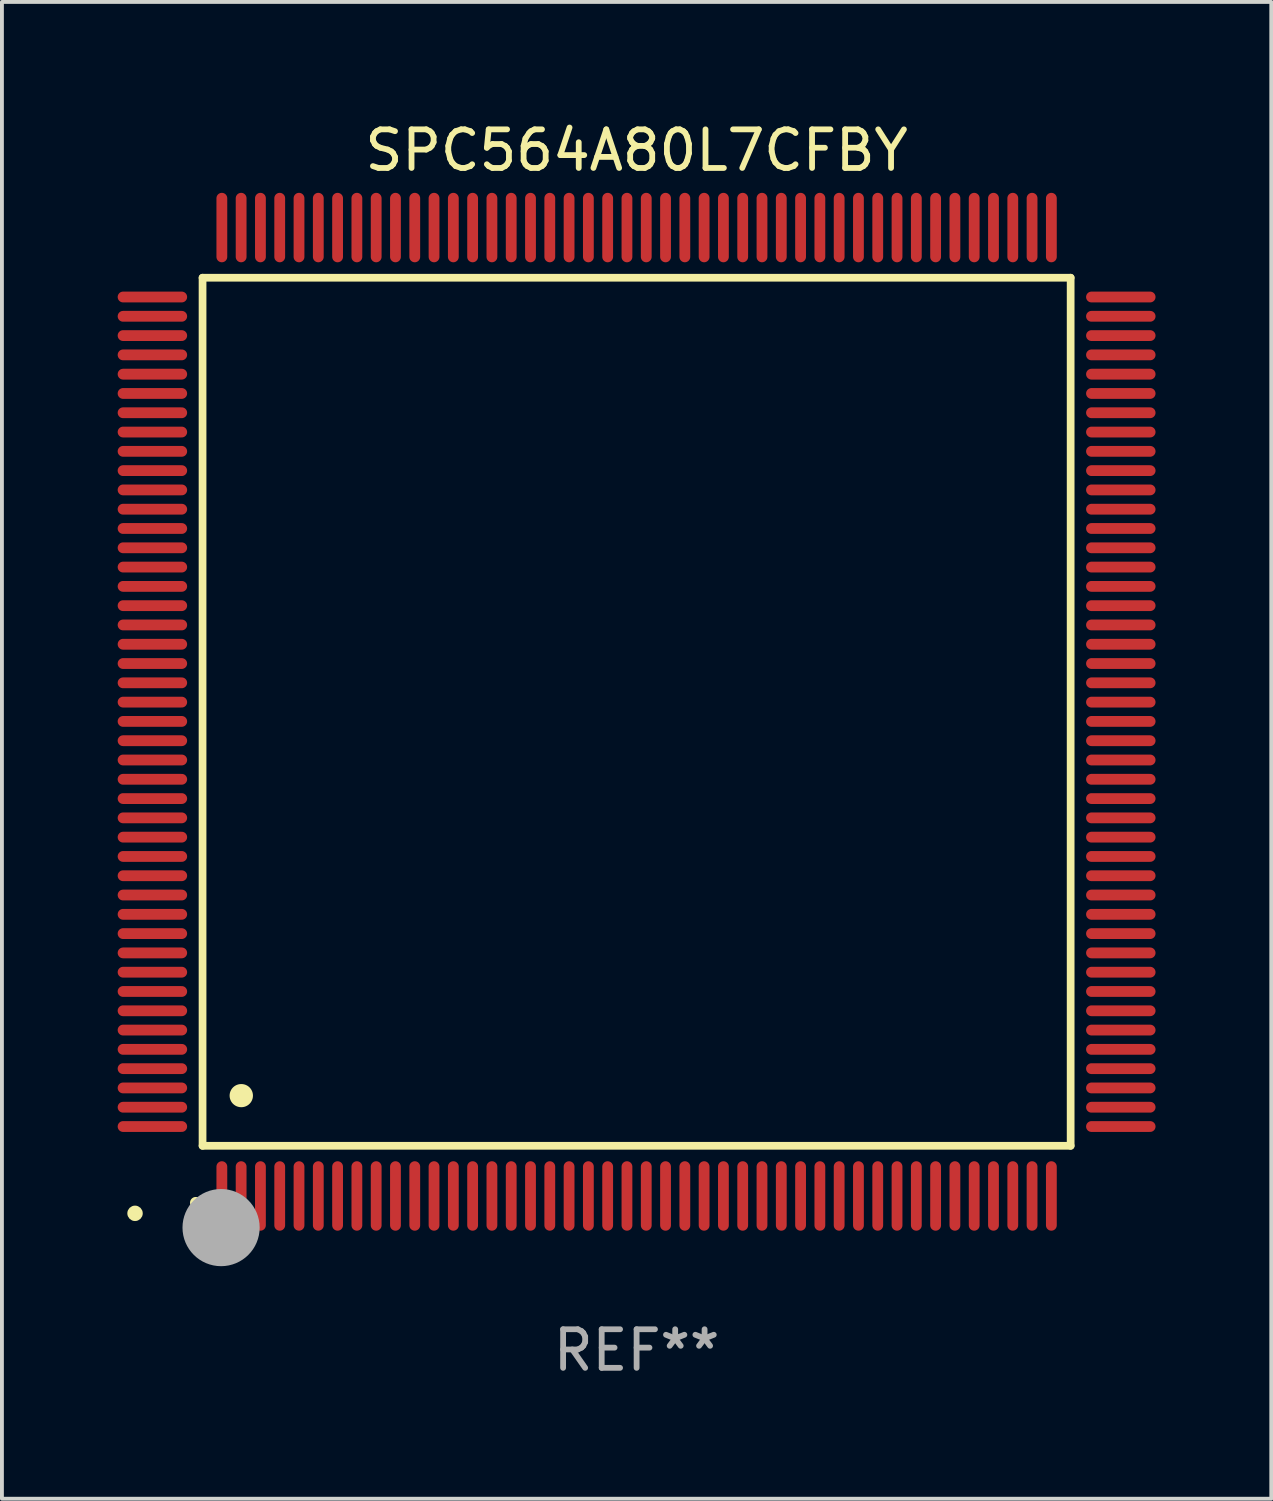
<source format=kicad_pcb>
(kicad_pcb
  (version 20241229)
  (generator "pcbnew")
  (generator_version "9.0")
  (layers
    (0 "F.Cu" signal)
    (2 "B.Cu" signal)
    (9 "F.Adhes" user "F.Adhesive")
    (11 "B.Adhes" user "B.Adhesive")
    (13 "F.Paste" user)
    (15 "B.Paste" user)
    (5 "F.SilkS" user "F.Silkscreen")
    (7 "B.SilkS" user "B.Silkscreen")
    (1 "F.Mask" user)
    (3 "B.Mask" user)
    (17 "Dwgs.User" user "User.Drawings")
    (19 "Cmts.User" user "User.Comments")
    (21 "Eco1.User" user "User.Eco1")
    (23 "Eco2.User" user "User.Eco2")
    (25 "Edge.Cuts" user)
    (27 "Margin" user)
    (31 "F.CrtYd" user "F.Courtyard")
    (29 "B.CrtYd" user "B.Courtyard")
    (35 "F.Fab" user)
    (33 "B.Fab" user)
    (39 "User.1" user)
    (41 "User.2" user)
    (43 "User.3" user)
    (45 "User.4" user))
  (footprint "SPC564A80L7CFBY"
    (layer "F.Cu")
    (at 13.45 15.398)
    (property "Reference" "SPC564A80L7CFBY" (at 0 -14.55 0) (layer "F.SilkS") (effects (font (size 1 1) (thickness 0.15))))
    (attr through_hole)
    (fp_line (start -11.25 -11.25) (end 11.25 -11.25) (stroke (width 0.2) (type solid)) (layer "F.SilkS"))
    (fp_line (start -11.25 11.25) (end -11.25 -11.25) (stroke (width 0.2) (type solid)) (layer "F.SilkS"))
    (fp_line (start 11.25 -11.25) (end 11.25 11.25) (stroke (width 0.2) (type solid)) (layer "F.SilkS"))
    (fp_line (start 11.25 11.25) (end -11.25 11.25) (stroke (width 0.2) (type solid)) (layer "F.SilkS"))
    (fp_arc (start -11.424943 12.725425) (mid -11.423673 12.72542) (end -11.422403 12.725425) (stroke (width 0.3) (type solid)) (layer "F.SilkS"))
    (fp_arc (start -10.24892 9.9492) (mid -10.24638 9.949189) (end -10.24384 9.9492) (stroke (width 0.6) (type solid)) (layer "F.SilkS"))
    (fp_circle (center -13 13) (end -12.9 13) (stroke (width 0.2) (type solid)) (fill no) (layer "F.SilkS"))
    (fp_circle (center -10.77 13.37) (end -10.27 13.37) (stroke (width 1) (type solid)) (fill no) (layer "F.Fab"))
    (fp_text user "REF**" (at 0 16.55 0) (layer "F.Fab") (effects (font (size 1 1) (thickness 0.15))))
    (pad "1" smd oval (at -10.75 12.55) (size 0.28 1.8) (layers "F.Cu" "F.Mask" "F.Paste"))
    (pad "2" smd oval (at -10.25 12.55) (size 0.28 1.8) (layers "F.Cu" "F.Mask" "F.Paste"))
    (pad "3" smd oval (at -9.75 12.55) (size 0.28 1.8) (layers "F.Cu" "F.Mask" "F.Paste"))
    (pad "4" smd oval (at -9.25 12.55) (size 0.28 1.8) (layers "F.Cu" "F.Mask" "F.Paste"))
    (pad "5" smd oval (at -8.75 12.55) (size 0.28 1.8) (layers "F.Cu" "F.Mask" "F.Paste"))
    (pad "6" smd oval (at -8.25 12.55) (size 0.28 1.8) (layers "F.Cu" "F.Mask" "F.Paste"))
    (pad "7" smd oval (at -7.75 12.55) (size 0.28 1.8) (layers "F.Cu" "F.Mask" "F.Paste"))
    (pad "8" smd oval (at -7.25 12.55) (size 0.28 1.8) (layers "F.Cu" "F.Mask" "F.Paste"))
    (pad "9" smd oval (at -6.75 12.55) (size 0.28 1.8) (layers "F.Cu" "F.Mask" "F.Paste"))
    (pad "10" smd oval (at -6.25 12.55) (size 0.28 1.8) (layers "F.Cu" "F.Mask" "F.Paste"))
    (pad "11" smd oval (at -5.75 12.55) (size 0.28 1.8) (layers "F.Cu" "F.Mask" "F.Paste"))
    (pad "12" smd oval (at -5.25 12.55) (size 0.28 1.8) (layers "F.Cu" "F.Mask" "F.Paste"))
    (pad "13" smd oval (at -4.75 12.55) (size 0.28 1.8) (layers "F.Cu" "F.Mask" "F.Paste"))
    (pad "14" smd oval (at -4.25 12.55) (size 0.28 1.8) (layers "F.Cu" "F.Mask" "F.Paste"))
    (pad "15" smd oval (at -3.75 12.55) (size 0.28 1.8) (layers "F.Cu" "F.Mask" "F.Paste"))
    (pad "16" smd oval (at -3.25 12.55) (size 0.28 1.8) (layers "F.Cu" "F.Mask" "F.Paste"))
    (pad "17" smd oval (at -2.75 12.55) (size 0.28 1.8) (layers "F.Cu" "F.Mask" "F.Paste"))
    (pad "18" smd oval (at -2.25 12.55) (size 0.28 1.8) (layers "F.Cu" "F.Mask" "F.Paste"))
    (pad "19" smd oval (at -1.75 12.55) (size 0.28 1.8) (layers "F.Cu" "F.Mask" "F.Paste"))
    (pad "20" smd oval (at -1.25 12.55) (size 0.28 1.8) (layers "F.Cu" "F.Mask" "F.Paste"))
    (pad "21" smd oval (at -0.75 12.55) (size 0.28 1.8) (layers "F.Cu" "F.Mask" "F.Paste"))
    (pad "22" smd oval (at -0.25 12.55) (size 0.28 1.8) (layers "F.Cu" "F.Mask" "F.Paste"))
    (pad "23" smd oval (at 0.25 12.55) (size 0.28 1.8) (layers "F.Cu" "F.Mask" "F.Paste"))
    (pad "24" smd oval (at 0.75 12.55) (size 0.28 1.8) (layers "F.Cu" "F.Mask" "F.Paste"))
    (pad "25" smd oval (at 1.25 12.55) (size 0.28 1.8) (layers "F.Cu" "F.Mask" "F.Paste"))
    (pad "26" smd oval (at 1.75 12.55) (size 0.28 1.8) (layers "F.Cu" "F.Mask" "F.Paste"))
    (pad "27" smd oval (at 2.25 12.55) (size 0.28 1.8) (layers "F.Cu" "F.Mask" "F.Paste"))
    (pad "28" smd oval (at 2.75 12.55) (size 0.28 1.8) (layers "F.Cu" "F.Mask" "F.Paste"))
    (pad "29" smd oval (at 3.25 12.55) (size 0.28 1.8) (layers "F.Cu" "F.Mask" "F.Paste"))
    (pad "30" smd oval (at 3.75 12.55) (size 0.28 1.8) (layers "F.Cu" "F.Mask" "F.Paste"))
    (pad "31" smd oval (at 4.25 12.55) (size 0.28 1.8) (layers "F.Cu" "F.Mask" "F.Paste"))
    (pad "32" smd oval (at 4.75 12.55) (size 0.28 1.8) (layers "F.Cu" "F.Mask" "F.Paste"))
    (pad "33" smd oval (at 5.25 12.55) (size 0.28 1.8) (layers "F.Cu" "F.Mask" "F.Paste"))
    (pad "34" smd oval (at 5.75 12.55) (size 0.28 1.8) (layers "F.Cu" "F.Mask" "F.Paste"))
    (pad "35" smd oval (at 6.25 12.55) (size 0.28 1.8) (layers "F.Cu" "F.Mask" "F.Paste"))
    (pad "36" smd oval (at 6.75 12.55) (size 0.28 1.8) (layers "F.Cu" "F.Mask" "F.Paste"))
    (pad "37" smd oval (at 7.25 12.55) (size 0.28 1.8) (layers "F.Cu" "F.Mask" "F.Paste"))
    (pad "38" smd oval (at 7.75 12.55) (size 0.28 1.8) (layers "F.Cu" "F.Mask" "F.Paste"))
    (pad "39" smd oval (at 8.25 12.55) (size 0.28 1.8) (layers "F.Cu" "F.Mask" "F.Paste"))
    (pad "40" smd oval (at 8.75 12.55) (size 0.28 1.8) (layers "F.Cu" "F.Mask" "F.Paste"))
    (pad "41" smd oval (at 9.25 12.55) (size 0.28 1.8) (layers "F.Cu" "F.Mask" "F.Paste"))
    (pad "42" smd oval (at 9.75 12.55) (size 0.28 1.8) (layers "F.Cu" "F.Mask" "F.Paste"))
    (pad "43" smd oval (at 10.25 12.55) (size 0.28 1.8) (layers "F.Cu" "F.Mask" "F.Paste"))
    (pad "44" smd oval (at 10.75 12.55) (size 0.28 1.8) (layers "F.Cu" "F.Mask" "F.Paste"))
    (pad "45" smd oval (at 12.55 10.75) (size 1.8 0.28) (layers "F.Cu" "F.Mask" "F.Paste"))
    (pad "46" smd oval (at 12.55 10.25) (size 1.8 0.28) (layers "F.Cu" "F.Mask" "F.Paste"))
    (pad "47" smd oval (at 12.55 9.75) (size 1.8 0.28) (layers "F.Cu" "F.Mask" "F.Paste"))
    (pad "48" smd oval (at 12.55 9.25) (size 1.8 0.28) (layers "F.Cu" "F.Mask" "F.Paste"))
    (pad "49" smd oval (at 12.55 8.75) (size 1.8 0.28) (layers "F.Cu" "F.Mask" "F.Paste"))
    (pad "50" smd oval (at 12.55 8.25) (size 1.8 0.28) (layers "F.Cu" "F.Mask" "F.Paste"))
    (pad "51" smd oval (at 12.55 7.75) (size 1.8 0.28) (layers "F.Cu" "F.Mask" "F.Paste"))
    (pad "52" smd oval (at 12.55 7.25) (size 1.8 0.28) (layers "F.Cu" "F.Mask" "F.Paste"))
    (pad "53" smd oval (at 12.55 6.75) (size 1.8 0.28) (layers "F.Cu" "F.Mask" "F.Paste"))
    (pad "54" smd oval (at 12.55 6.25) (size 1.8 0.28) (layers "F.Cu" "F.Mask" "F.Paste"))
    (pad "55" smd oval (at 12.55 5.75) (size 1.8 0.28) (layers "F.Cu" "F.Mask" "F.Paste"))
    (pad "56" smd oval (at 12.55 5.25) (size 1.8 0.28) (layers "F.Cu" "F.Mask" "F.Paste"))
    (pad "57" smd oval (at 12.55 4.75) (size 1.8 0.28) (layers "F.Cu" "F.Mask" "F.Paste"))
    (pad "58" smd oval (at 12.55 4.25) (size 1.8 0.28) (layers "F.Cu" "F.Mask" "F.Paste"))
    (pad "59" smd oval (at 12.55 3.75) (size 1.8 0.28) (layers "F.Cu" "F.Mask" "F.Paste"))
    (pad "60" smd oval (at 12.55 3.25) (size 1.8 0.28) (layers "F.Cu" "F.Mask" "F.Paste"))
    (pad "61" smd oval (at 12.55 2.75) (size 1.8 0.28) (layers "F.Cu" "F.Mask" "F.Paste"))
    (pad "62" smd oval (at 12.55 2.25) (size 1.8 0.28) (layers "F.Cu" "F.Mask" "F.Paste"))
    (pad "63" smd oval (at 12.55 1.75) (size 1.8 0.28) (layers "F.Cu" "F.Mask" "F.Paste"))
    (pad "64" smd oval (at 12.55 1.25) (size 1.8 0.28) (layers "F.Cu" "F.Mask" "F.Paste"))
    (pad "65" smd oval (at 12.55 0.75) (size 1.8 0.28) (layers "F.Cu" "F.Mask" "F.Paste"))
    (pad "66" smd oval (at 12.55 0.25) (size 1.8 0.28) (layers "F.Cu" "F.Mask" "F.Paste"))
    (pad "67" smd oval (at 12.55 -0.25) (size 1.8 0.28) (layers "F.Cu" "F.Mask" "F.Paste"))
    (pad "68" smd oval (at 12.55 -0.75) (size 1.8 0.28) (layers "F.Cu" "F.Mask" "F.Paste"))
    (pad "69" smd oval (at 12.55 -1.25) (size 1.8 0.28) (layers "F.Cu" "F.Mask" "F.Paste"))
    (pad "70" smd oval (at 12.55 -1.75) (size 1.8 0.28) (layers "F.Cu" "F.Mask" "F.Paste"))
    (pad "71" smd oval (at 12.55 -2.25) (size 1.8 0.28) (layers "F.Cu" "F.Mask" "F.Paste"))
    (pad "72" smd oval (at 12.55 -2.75) (size 1.8 0.28) (layers "F.Cu" "F.Mask" "F.Paste"))
    (pad "73" smd oval (at 12.55 -3.25) (size 1.8 0.28) (layers "F.Cu" "F.Mask" "F.Paste"))
    (pad "74" smd oval (at 12.55 -3.75) (size 1.8 0.28) (layers "F.Cu" "F.Mask" "F.Paste"))
    (pad "75" smd oval (at 12.55 -4.25) (size 1.8 0.28) (layers "F.Cu" "F.Mask" "F.Paste"))
    (pad "76" smd oval (at 12.55 -4.75) (size 1.8 0.28) (layers "F.Cu" "F.Mask" "F.Paste"))
    (pad "77" smd oval (at 12.55 -5.25) (size 1.8 0.28) (layers "F.Cu" "F.Mask" "F.Paste"))
    (pad "78" smd oval (at 12.55 -5.75) (size 1.8 0.28) (layers "F.Cu" "F.Mask" "F.Paste"))
    (pad "79" smd oval (at 12.55 -6.25) (size 1.8 0.28) (layers "F.Cu" "F.Mask" "F.Paste"))
    (pad "80" smd oval (at 12.55 -6.75) (size 1.8 0.28) (layers "F.Cu" "F.Mask" "F.Paste"))
    (pad "81" smd oval (at 12.55 -7.25) (size 1.8 0.28) (layers "F.Cu" "F.Mask" "F.Paste"))
    (pad "82" smd oval (at 12.55 -7.75) (size 1.8 0.28) (layers "F.Cu" "F.Mask" "F.Paste"))
    (pad "83" smd oval (at 12.55 -8.25) (size 1.8 0.28) (layers "F.Cu" "F.Mask" "F.Paste"))
    (pad "84" smd oval (at 12.55 -8.75) (size 1.8 0.28) (layers "F.Cu" "F.Mask" "F.Paste"))
    (pad "85" smd oval (at 12.55 -9.25) (size 1.8 0.28) (layers "F.Cu" "F.Mask" "F.Paste"))
    (pad "86" smd oval (at 12.55 -9.75) (size 1.8 0.28) (layers "F.Cu" "F.Mask" "F.Paste"))
    (pad "87" smd oval (at 12.55 -10.25) (size 1.8 0.28) (layers "F.Cu" "F.Mask" "F.Paste"))
    (pad "88" smd oval (at 12.55 -10.75) (size 1.8 0.28) (layers "F.Cu" "F.Mask" "F.Paste"))
    (pad "89" smd oval (at 10.75 -12.55) (size 0.28 1.8) (layers "F.Cu" "F.Mask" "F.Paste"))
    (pad "90" smd oval (at 10.25 -12.55) (size 0.28 1.8) (layers "F.Cu" "F.Mask" "F.Paste"))
    (pad "91" smd oval (at 9.75 -12.55) (size 0.28 1.8) (layers "F.Cu" "F.Mask" "F.Paste"))
    (pad "92" smd oval (at 9.25 -12.55) (size 0.28 1.8) (layers "F.Cu" "F.Mask" "F.Paste"))
    (pad "93" smd oval (at 8.75 -12.55) (size 0.28 1.8) (layers "F.Cu" "F.Mask" "F.Paste"))
    (pad "94" smd oval (at 8.25 -12.55) (size 0.28 1.8) (layers "F.Cu" "F.Mask" "F.Paste"))
    (pad "95" smd oval (at 7.75 -12.55) (size 0.28 1.8) (layers "F.Cu" "F.Mask" "F.Paste"))
    (pad "96" smd oval (at 7.25 -12.55) (size 0.28 1.8) (layers "F.Cu" "F.Mask" "F.Paste"))
    (pad "97" smd oval (at 6.75 -12.55) (size 0.28 1.8) (layers "F.Cu" "F.Mask" "F.Paste"))
    (pad "98" smd oval (at 6.25 -12.55) (size 0.28 1.8) (layers "F.Cu" "F.Mask" "F.Paste"))
    (pad "99" smd oval (at 5.75 -12.55) (size 0.28 1.8) (layers "F.Cu" "F.Mask" "F.Paste"))
    (pad "100" smd oval (at 5.25 -12.55) (size 0.28 1.8) (layers "F.Cu" "F.Mask" "F.Paste"))
    (pad "101" smd oval (at 4.75 -12.55) (size 0.28 1.8) (layers "F.Cu" "F.Mask" "F.Paste"))
    (pad "102" smd oval (at 4.25 -12.55) (size 0.28 1.8) (layers "F.Cu" "F.Mask" "F.Paste"))
    (pad "103" smd oval (at 3.75 -12.55) (size 0.28 1.8) (layers "F.Cu" "F.Mask" "F.Paste"))
    (pad "104" smd oval (at 3.25 -12.55) (size 0.28 1.8) (layers "F.Cu" "F.Mask" "F.Paste"))
    (pad "105" smd oval (at 2.75 -12.55) (size 0.28 1.8) (layers "F.Cu" "F.Mask" "F.Paste"))
    (pad "106" smd oval (at 2.25 -12.55) (size 0.28 1.8) (layers "F.Cu" "F.Mask" "F.Paste"))
    (pad "107" smd oval (at 1.75 -12.55) (size 0.28 1.8) (layers "F.Cu" "F.Mask" "F.Paste"))
    (pad "108" smd oval (at 1.25 -12.55) (size 0.28 1.8) (layers "F.Cu" "F.Mask" "F.Paste"))
    (pad "109" smd oval (at 0.75 -12.55) (size 0.28 1.8) (layers "F.Cu" "F.Mask" "F.Paste"))
    (pad "110" smd oval (at 0.25 -12.55) (size 0.28 1.8) (layers "F.Cu" "F.Mask" "F.Paste"))
    (pad "111" smd oval (at -0.25 -12.55) (size 0.28 1.8) (layers "F.Cu" "F.Mask" "F.Paste"))
    (pad "112" smd oval (at -0.75 -12.55) (size 0.28 1.8) (layers "F.Cu" "F.Mask" "F.Paste"))
    (pad "113" smd oval (at -1.25 -12.55) (size 0.28 1.8) (layers "F.Cu" "F.Mask" "F.Paste"))
    (pad "114" smd oval (at -1.75 -12.55) (size 0.28 1.8) (layers "F.Cu" "F.Mask" "F.Paste"))
    (pad "115" smd oval (at -2.25 -12.55) (size 0.28 1.8) (layers "F.Cu" "F.Mask" "F.Paste"))
    (pad "116" smd oval (at -2.75 -12.55) (size 0.28 1.8) (layers "F.Cu" "F.Mask" "F.Paste"))
    (pad "117" smd oval (at -3.25 -12.55) (size 0.28 1.8) (layers "F.Cu" "F.Mask" "F.Paste"))
    (pad "118" smd oval (at -3.75 -12.55) (size 0.28 1.8) (layers "F.Cu" "F.Mask" "F.Paste"))
    (pad "119" smd oval (at -4.25 -12.55) (size 0.28 1.8) (layers "F.Cu" "F.Mask" "F.Paste"))
    (pad "120" smd oval (at -4.75 -12.55) (size 0.28 1.8) (layers "F.Cu" "F.Mask" "F.Paste"))
    (pad "121" smd oval (at -5.25 -12.55) (size 0.28 1.8) (layers "F.Cu" "F.Mask" "F.Paste"))
    (pad "122" smd oval (at -5.75 -12.55) (size 0.28 1.8) (layers "F.Cu" "F.Mask" "F.Paste"))
    (pad "123" smd oval (at -6.25 -12.55) (size 0.28 1.8) (layers "F.Cu" "F.Mask" "F.Paste"))
    (pad "124" smd oval (at -6.75 -12.55) (size 0.28 1.8) (layers "F.Cu" "F.Mask" "F.Paste"))
    (pad "125" smd oval (at -7.25 -12.55) (size 0.28 1.8) (layers "F.Cu" "F.Mask" "F.Paste"))
    (pad "126" smd oval (at -7.75 -12.55) (size 0.28 1.8) (layers "F.Cu" "F.Mask" "F.Paste"))
    (pad "127" smd oval (at -8.25 -12.55) (size 0.28 1.8) (layers "F.Cu" "F.Mask" "F.Paste"))
    (pad "128" smd oval (at -8.75 -12.55) (size 0.28 1.8) (layers "F.Cu" "F.Mask" "F.Paste"))
    (pad "129" smd oval (at -9.25 -12.55) (size 0.28 1.8) (layers "F.Cu" "F.Mask" "F.Paste"))
    (pad "130" smd oval (at -9.75 -12.55) (size 0.28 1.8) (layers "F.Cu" "F.Mask" "F.Paste"))
    (pad "131" smd oval (at -10.25 -12.55) (size 0.28 1.8) (layers "F.Cu" "F.Mask" "F.Paste"))
    (pad "132" smd oval (at -10.75 -12.55) (size 0.28 1.8) (layers "F.Cu" "F.Mask" "F.Paste"))
    (pad "133" smd oval (at -12.55 -10.75) (size 1.8 0.28) (layers "F.Cu" "F.Mask" "F.Paste"))
    (pad "134" smd oval (at -12.55 -10.25) (size 1.8 0.28) (layers "F.Cu" "F.Mask" "F.Paste"))
    (pad "135" smd oval (at -12.55 -9.75) (size 1.8 0.28) (layers "F.Cu" "F.Mask" "F.Paste"))
    (pad "136" smd oval (at -12.55 -9.25) (size 1.8 0.28) (layers "F.Cu" "F.Mask" "F.Paste"))
    (pad "137" smd oval (at -12.55 -8.75) (size 1.8 0.28) (layers "F.Cu" "F.Mask" "F.Paste"))
    (pad "138" smd oval (at -12.55 -8.25) (size 1.8 0.28) (layers "F.Cu" "F.Mask" "F.Paste"))
    (pad "139" smd oval (at -12.55 -7.75) (size 1.8 0.28) (layers "F.Cu" "F.Mask" "F.Paste"))
    (pad "140" smd oval (at -12.55 -7.25) (size 1.8 0.28) (layers "F.Cu" "F.Mask" "F.Paste"))
    (pad "141" smd oval (at -12.55 -6.75) (size 1.8 0.28) (layers "F.Cu" "F.Mask" "F.Paste"))
    (pad "142" smd oval (at -12.55 -6.25) (size 1.8 0.28) (layers "F.Cu" "F.Mask" "F.Paste"))
    (pad "143" smd oval (at -12.55 -5.75) (size 1.8 0.28) (layers "F.Cu" "F.Mask" "F.Paste"))
    (pad "144" smd oval (at -12.55 -5.25) (size 1.8 0.28) (layers "F.Cu" "F.Mask" "F.Paste"))
    (pad "145" smd oval (at -12.55 -4.75) (size 1.8 0.28) (layers "F.Cu" "F.Mask" "F.Paste"))
    (pad "146" smd oval (at -12.55 -4.25) (size 1.8 0.28) (layers "F.Cu" "F.Mask" "F.Paste"))
    (pad "147" smd oval (at -12.55 -3.75) (size 1.8 0.28) (layers "F.Cu" "F.Mask" "F.Paste"))
    (pad "148" smd oval (at -12.55 -3.25) (size 1.8 0.28) (layers "F.Cu" "F.Mask" "F.Paste"))
    (pad "149" smd oval (at -12.55 -2.75) (size 1.8 0.28) (layers "F.Cu" "F.Mask" "F.Paste"))
    (pad "150" smd oval (at -12.55 -2.25) (size 1.8 0.28) (layers "F.Cu" "F.Mask" "F.Paste"))
    (pad "151" smd oval (at -12.55 -1.75) (size 1.8 0.28) (layers "F.Cu" "F.Mask" "F.Paste"))
    (pad "152" smd oval (at -12.55 -1.25) (size 1.8 0.28) (layers "F.Cu" "F.Mask" "F.Paste"))
    (pad "153" smd oval (at -12.55 -0.75) (size 1.8 0.28) (layers "F.Cu" "F.Mask" "F.Paste"))
    (pad "154" smd oval (at -12.55 -0.25) (size 1.8 0.28) (layers "F.Cu" "F.Mask" "F.Paste"))
    (pad "155" smd oval (at -12.55 0.25) (size 1.8 0.28) (layers "F.Cu" "F.Mask" "F.Paste"))
    (pad "156" smd oval (at -12.55 0.75) (size 1.8 0.28) (layers "F.Cu" "F.Mask" "F.Paste"))
    (pad "157" smd oval (at -12.55 1.25) (size 1.8 0.28) (layers "F.Cu" "F.Mask" "F.Paste"))
    (pad "158" smd oval (at -12.55 1.75) (size 1.8 0.28) (layers "F.Cu" "F.Mask" "F.Paste"))
    (pad "159" smd oval (at -12.55 2.25) (size 1.8 0.28) (layers "F.Cu" "F.Mask" "F.Paste"))
    (pad "160" smd oval (at -12.55 2.75) (size 1.8 0.28) (layers "F.Cu" "F.Mask" "F.Paste"))
    (pad "161" smd oval (at -12.55 3.25) (size 1.8 0.28) (layers "F.Cu" "F.Mask" "F.Paste"))
    (pad "162" smd oval (at -12.55 3.75) (size 1.8 0.28) (layers "F.Cu" "F.Mask" "F.Paste"))
    (pad "163" smd oval (at -12.55 4.25) (size 1.8 0.28) (layers "F.Cu" "F.Mask" "F.Paste"))
    (pad "164" smd oval (at -12.55 4.75) (size 1.8 0.28) (layers "F.Cu" "F.Mask" "F.Paste"))
    (pad "165" smd oval (at -12.55 5.25) (size 1.8 0.28) (layers "F.Cu" "F.Mask" "F.Paste"))
    (pad "166" smd oval (at -12.55 5.75) (size 1.8 0.28) (layers "F.Cu" "F.Mask" "F.Paste"))
    (pad "167" smd oval (at -12.55 6.25) (size 1.8 0.28) (layers "F.Cu" "F.Mask" "F.Paste"))
    (pad "168" smd oval (at -12.55 6.75) (size 1.8 0.28) (layers "F.Cu" "F.Mask" "F.Paste"))
    (pad "169" smd oval (at -12.55 7.25) (size 1.8 0.28) (layers "F.Cu" "F.Mask" "F.Paste"))
    (pad "170" smd oval (at -12.55 7.75) (size 1.8 0.28) (layers "F.Cu" "F.Mask" "F.Paste"))
    (pad "171" smd oval (at -12.55 8.25) (size 1.8 0.28) (layers "F.Cu" "F.Mask" "F.Paste"))
    (pad "172" smd oval (at -12.55 8.75) (size 1.8 0.28) (layers "F.Cu" "F.Mask" "F.Paste"))
    (pad "173" smd oval (at -12.55 9.25) (size 1.8 0.28) (layers "F.Cu" "F.Mask" "F.Paste"))
    (pad "174" smd oval (at -12.55 9.75) (size 1.8 0.28) (layers "F.Cu" "F.Mask" "F.Paste"))
    (pad "175" smd oval (at -12.55 10.25) (size 1.8 0.28) (layers "F.Cu" "F.Mask" "F.Paste"))
    (pad "176" smd oval (at -12.55 10.75) (size 1.8 0.28) (layers "F.Cu" "F.Mask" "F.Paste")))
  (gr_rect
    (start -3 -3)
    (end 29.9 35.796)
    (stroke (width 0.1) (type default))
    (fill no)
    (layer "Edge.Cuts")))
</source>
